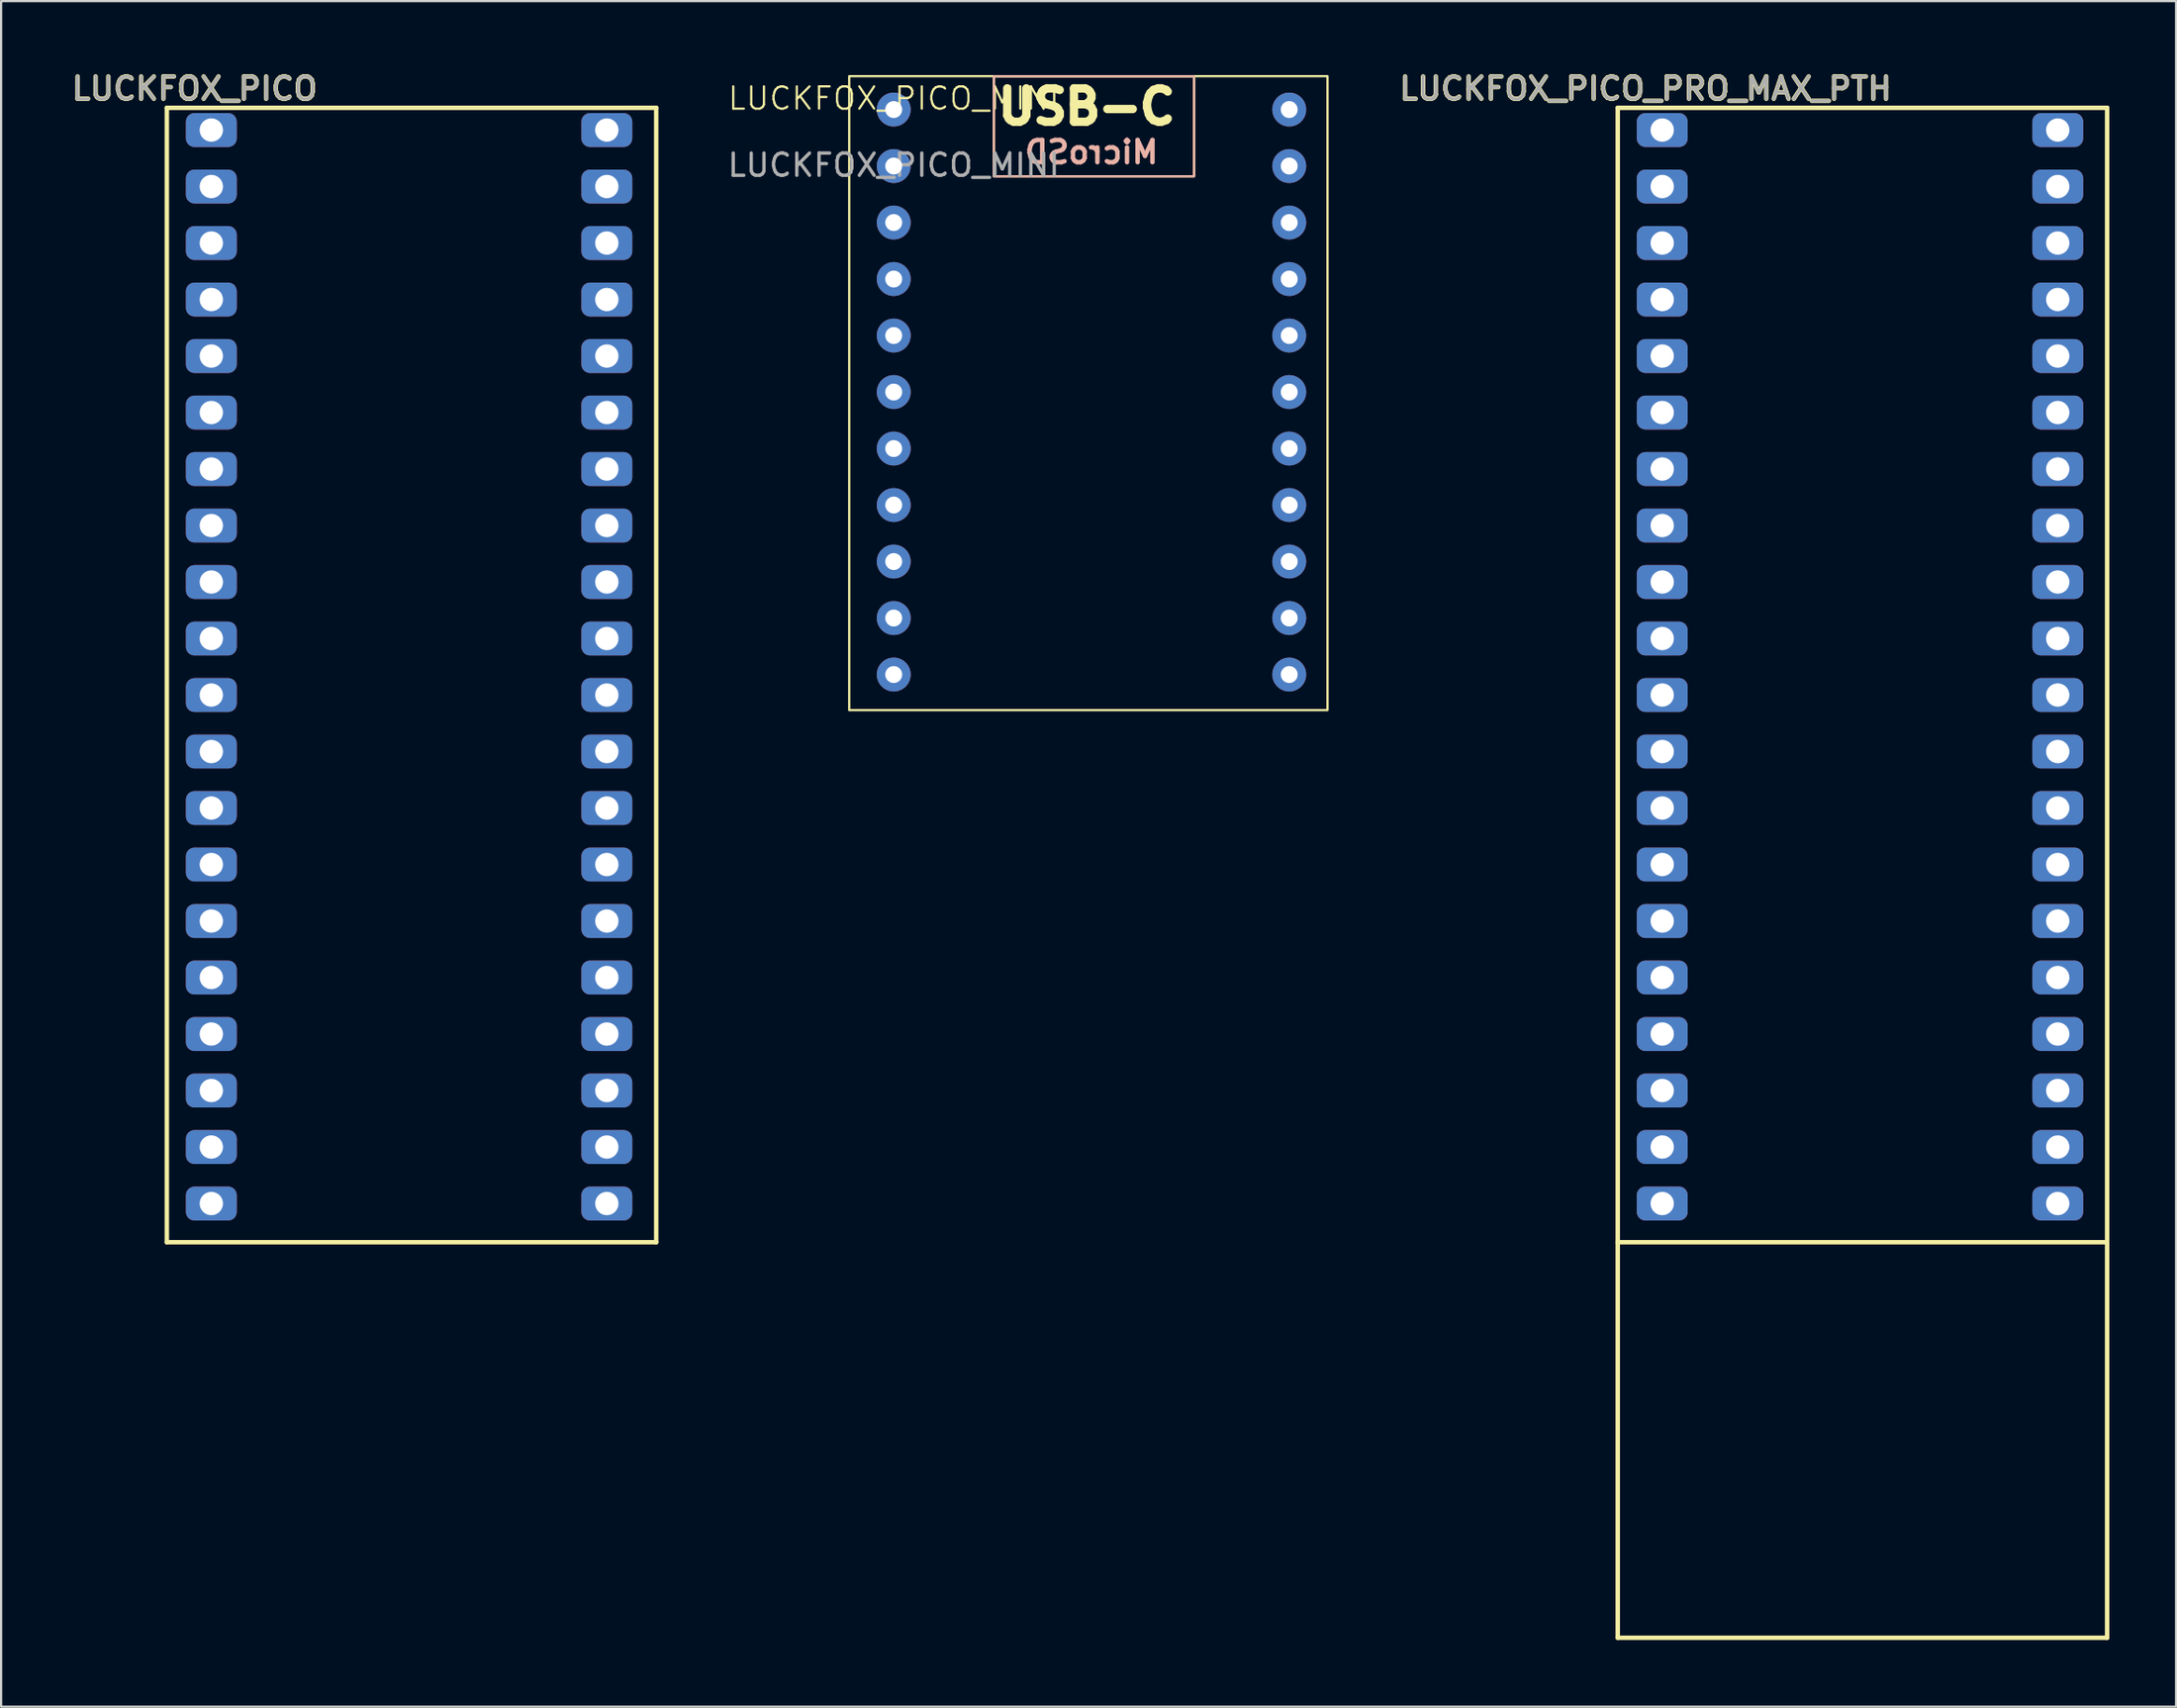
<source format=kicad_pcb>
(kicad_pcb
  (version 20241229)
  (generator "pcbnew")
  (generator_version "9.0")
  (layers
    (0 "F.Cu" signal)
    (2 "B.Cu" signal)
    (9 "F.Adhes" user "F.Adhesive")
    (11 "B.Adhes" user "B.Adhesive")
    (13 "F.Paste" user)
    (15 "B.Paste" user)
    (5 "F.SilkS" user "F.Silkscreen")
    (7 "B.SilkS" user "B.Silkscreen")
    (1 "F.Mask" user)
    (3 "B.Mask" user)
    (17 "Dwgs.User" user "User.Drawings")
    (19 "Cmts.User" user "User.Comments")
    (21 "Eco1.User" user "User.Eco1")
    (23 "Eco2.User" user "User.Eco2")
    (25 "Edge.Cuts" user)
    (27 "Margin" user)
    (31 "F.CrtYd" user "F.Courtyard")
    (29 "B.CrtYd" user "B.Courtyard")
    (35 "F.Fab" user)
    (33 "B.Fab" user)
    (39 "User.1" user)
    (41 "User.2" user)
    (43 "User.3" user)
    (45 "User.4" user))
  (footprint "LUCKFOX_PICO_PRO_MAX_PTH"
    (layer "F.Cu")
    (at 71.675 2.796)
    (property "Reference" "LUCKFOX_PICO_PRO_MAX_PTH" (at -0.75 -1.86 0) (unlocked yes) (layer "F.SilkS") (effects (font (size 1 1) (thickness 0.2) (bold yes))))
    (attr smd)
    (fp_line (start -2 -1) (end 20 -1) (stroke (width 0.2) (type default)) (layer "F.SilkS"))
    (fp_line (start -2 50) (end -2 -1) (stroke (width 0.2) (type default)) (layer "F.SilkS"))
    (fp_line (start -2 50) (end -2 67.78) (stroke (width 0.2) (type default)) (layer "F.SilkS"))
    (fp_line (start 20 -1) (end 20 50) (stroke (width 0.2) (type default)) (layer "F.SilkS"))
    (fp_line (start 20 50) (end -2 50) (stroke (width 0.2) (type default)) (layer "F.SilkS"))
    (fp_line (start 20 50) (end 20 67.78) (stroke (width 0.2) (type default)) (layer "F.SilkS"))
    (fp_line (start 20 67.78) (end -2 67.78) (stroke (width 0.2) (type default)) (layer "F.SilkS"))
    (fp_text user "${REFERENCE}" (at -0.75 -1.86 0) (unlocked yes) (layer "F.Fab") (effects (font (size 1 1) (thickness 0.15))))
    (pad "1" thru_hole roundrect (at 0 0) (size 2.286 1.524) (drill 1.05) (layers "*.Cu" "*.Mask") (roundrect_rratio 0.25))
    (pad "2" thru_hole roundrect (at 0 2.54) (size 2.286 1.524) (drill 1.05) (layers "*.Cu" "*.Mask") (roundrect_rratio 0.25))
    (pad "3" thru_hole roundrect (at 0 5.08) (size 2.286 1.524) (drill 1.05) (layers "*.Cu" "*.Mask") (roundrect_rratio 0.25))
    (pad "4" thru_hole roundrect (at 0 7.62) (size 2.286 1.524) (drill 1.05) (layers "*.Cu" "*.Mask") (roundrect_rratio 0.25))
    (pad "5" thru_hole roundrect (at 0 10.16) (size 2.286 1.524) (drill 1.05) (layers "*.Cu" "*.Mask") (roundrect_rratio 0.25))
    (pad "6" thru_hole roundrect (at 0 12.7) (size 2.286 1.524) (drill 1.05) (layers "*.Cu" "*.Mask") (roundrect_rratio 0.25))
    (pad "7" thru_hole roundrect (at 0 15.24) (size 2.286 1.524) (drill 1.05) (layers "*.Cu" "*.Mask") (roundrect_rratio 0.25))
    (pad "8" thru_hole roundrect (at 0 17.78) (size 2.286 1.524) (drill 1.05) (layers "*.Cu" "*.Mask") (roundrect_rratio 0.25))
    (pad "9" thru_hole roundrect (at 0 20.32) (size 2.286 1.524) (drill 1.05) (layers "*.Cu" "*.Mask") (roundrect_rratio 0.25))
    (pad "10" thru_hole roundrect (at 0 22.86) (size 2.286 1.524) (drill 1.05) (layers "*.Cu" "*.Mask") (roundrect_rratio 0.25))
    (pad "11" thru_hole roundrect (at 0 25.4) (size 2.286 1.524) (drill 1.05) (layers "*.Cu" "*.Mask") (roundrect_rratio 0.25))
    (pad "12" thru_hole roundrect (at 0 27.94) (size 2.286 1.524) (drill 1.05) (layers "*.Cu" "*.Mask") (roundrect_rratio 0.25))
    (pad "13" thru_hole roundrect (at 0 30.48) (size 2.286 1.524) (drill 1.05) (layers "*.Cu" "*.Mask") (roundrect_rratio 0.25))
    (pad "14" thru_hole roundrect (at 0 33.02) (size 2.286 1.524) (drill 1.05) (layers "*.Cu" "*.Mask") (roundrect_rratio 0.25))
    (pad "15" thru_hole roundrect (at 0 35.56) (size 2.286 1.524) (drill 1.05) (layers "*.Cu" "*.Mask") (roundrect_rratio 0.25))
    (pad "16" thru_hole roundrect (at 0 38.1) (size 2.286 1.524) (drill 1.05) (layers "*.Cu" "*.Mask") (roundrect_rratio 0.25))
    (pad "17" thru_hole roundrect (at 0 40.64) (size 2.286 1.524) (drill 1.05) (layers "*.Cu" "*.Mask") (roundrect_rratio 0.25))
    (pad "18" thru_hole roundrect (at 0 43.18) (size 2.286 1.524) (drill 1.05) (layers "*.Cu" "*.Mask") (roundrect_rratio 0.25))
    (pad "19" thru_hole roundrect (at 0 45.72) (size 2.286 1.524) (drill 1.05) (layers "*.Cu" "*.Mask") (roundrect_rratio 0.25))
    (pad "20" thru_hole roundrect (at 0 48.26) (size 2.286 1.524) (drill 1.05) (layers "*.Cu" "*.Mask") (roundrect_rratio 0.25))
    (pad "21" thru_hole roundrect (at 17.78 48.26) (size 2.286 1.524) (drill 1.05) (layers "*.Cu" "*.Mask") (roundrect_rratio 0.25))
    (pad "22" thru_hole roundrect (at 17.78 45.72) (size 2.286 1.524) (drill 1.05) (layers "*.Cu" "*.Mask") (roundrect_rratio 0.25))
    (pad "23" thru_hole roundrect (at 17.78 43.18) (size 2.286 1.524) (drill 1.05) (layers "*.Cu" "*.Mask") (roundrect_rratio 0.25))
    (pad "24" thru_hole roundrect (at 17.78 40.64) (size 2.286 1.524) (drill 1.05) (layers "*.Cu" "*.Mask") (roundrect_rratio 0.25))
    (pad "25" thru_hole roundrect (at 17.78 38.1) (size 2.286 1.524) (drill 1.05) (layers "*.Cu" "*.Mask") (roundrect_rratio 0.25))
    (pad "26" thru_hole roundrect (at 17.78 35.56) (size 2.286 1.524) (drill 1.05) (layers "*.Cu" "*.Mask") (roundrect_rratio 0.25))
    (pad "27" thru_hole roundrect (at 17.78 33.02) (size 2.286 1.524) (drill 1.05) (layers "*.Cu" "*.Mask") (roundrect_rratio 0.25))
    (pad "28" thru_hole roundrect (at 17.78 30.48) (size 2.286 1.524) (drill 1.05) (layers "*.Cu" "*.Mask") (roundrect_rratio 0.25))
    (pad "29" thru_hole roundrect (at 17.78 27.94) (size 2.286 1.524) (drill 1.05) (layers "*.Cu" "*.Mask") (roundrect_rratio 0.25))
    (pad "30" thru_hole roundrect (at 17.78 25.4) (size 2.286 1.524) (drill 1.05) (layers "*.Cu" "*.Mask") (roundrect_rratio 0.25))
    (pad "31" thru_hole roundrect (at 17.78 22.86) (size 2.286 1.524) (drill 1.05) (layers "*.Cu" "*.Mask") (roundrect_rratio 0.25))
    (pad "32" thru_hole roundrect (at 17.78 20.32) (size 2.286 1.524) (drill 1.05) (layers "*.Cu" "*.Mask") (roundrect_rratio 0.25))
    (pad "33" thru_hole roundrect (at 17.78 17.78) (size 2.286 1.524) (drill 1.05) (layers "*.Cu" "*.Mask") (roundrect_rratio 0.25))
    (pad "34" thru_hole roundrect (at 17.78 15.24) (size 2.286 1.524) (drill 1.05) (layers "*.Cu" "*.Mask") (roundrect_rratio 0.25))
    (pad "35" thru_hole roundrect (at 17.78 12.7) (size 2.286 1.524) (drill 1.05) (layers "*.Cu" "*.Mask") (roundrect_rratio 0.25))
    (pad "36" thru_hole roundrect (at 17.78 10.16) (size 2.286 1.524) (drill 1.05) (layers "*.Cu" "*.Mask") (roundrect_rratio 0.25))
    (pad "37" thru_hole roundrect (at 17.78 7.62) (size 2.286 1.524) (drill 1.05) (layers "*.Cu" "*.Mask") (roundrect_rratio 0.25))
    (pad "38" thru_hole roundrect (at 17.78 5.08) (size 2.286 1.524) (drill 1.05) (layers "*.Cu" "*.Mask") (roundrect_rratio 0.25))
    (pad "39" thru_hole roundrect (at 17.78 2.54) (size 2.286 1.524) (drill 1.05) (layers "*.Cu" "*.Mask") (roundrect_rratio 0.25))
    (pad "40" thru_hole roundrect (at 17.78 0) (size 2.286 1.524) (drill 1.05) (layers "*.Cu" "*.Mask") (roundrect_rratio 0.25)))
  (footprint "LUCKFOX_PICO_MINI"
    (layer "F.Cu")
    (at 37.127 1.875)
    (property "Reference" "LUCKFOX_PICO_MINI" (at 0 -0.5 0) (unlocked yes) (layer "F.SilkS") (effects (font (size 1 1) (thickness 0.1))))
    (attr through_hole)
    (fp_rect (start -2 -1.5) (end 19.5 27) (stroke (width 0.1) (type default)) (fill no) (layer "F.SilkS"))
    (fp_rect (start 4.5 -1.5) (end 13.5 3) (stroke (width 0.1) (type default)) (fill no) (layer "F.SilkS"))
    (fp_rect (start 4.5 -1.5) (end 13.5 3) (stroke (width 0.1) (type default)) (fill no) (layer "B.SilkS"))
    (fp_text user "USB-C" (at 4.5 0.75 0) (unlocked yes) (layer "F.SilkS") (effects (font (size 1.5 1.5) (thickness 0.375) (bold yes)) (justify left bottom)))
    (fp_text user "MicroSD" (at 12 2.5 0) (unlocked yes) (layer "B.SilkS") (effects (font (size 1 1) (thickness 0.2) (bold yes)) (justify left bottom mirror)))
    (fp_text user "${REFERENCE}" (at 0 2.5 0) (unlocked yes) (layer "F.Fab") (effects (font (size 1 1) (thickness 0.15))))
    (pad "1" thru_hole circle (at 0 0) (size 1.524 1.524) (drill 0.762) (layers "*.Cu" "*.Mask"))
    (pad "2" thru_hole circle (at 0 2.54) (size 1.524 1.524) (drill 0.762) (layers "*.Cu" "*.Mask"))
    (pad "3" thru_hole circle (at 0 5.08) (size 1.524 1.524) (drill 0.762) (layers "*.Cu" "*.Mask"))
    (pad "4" thru_hole circle (at 0 7.62) (size 1.524 1.524) (drill 0.762) (layers "*.Cu" "*.Mask"))
    (pad "5" thru_hole circle (at 0 10.16) (size 1.524 1.524) (drill 0.762) (layers "*.Cu" "*.Mask"))
    (pad "6" thru_hole circle (at 0 12.7) (size 1.524 1.524) (drill 0.762) (layers "*.Cu" "*.Mask"))
    (pad "7" thru_hole circle (at 0 15.24) (size 1.524 1.524) (drill 0.762) (layers "*.Cu" "*.Mask"))
    (pad "8" thru_hole circle (at 0 17.78) (size 1.524 1.524) (drill 0.762) (layers "*.Cu" "*.Mask"))
    (pad "9" thru_hole circle (at 0 20.32) (size 1.524 1.524) (drill 0.762) (layers "*.Cu" "*.Mask"))
    (pad "10" thru_hole circle (at 0 22.86) (size 1.524 1.524) (drill 0.762) (layers "*.Cu" "*.Mask"))
    (pad "11" thru_hole circle (at 0 25.4) (size 1.524 1.524) (drill 0.762) (layers "*.Cu" "*.Mask"))
    (pad "12" thru_hole circle (at 17.78 25.4) (size 1.524 1.524) (drill 0.762) (layers "*.Cu" "*.Mask"))
    (pad "13" thru_hole circle (at 17.78 22.86) (size 1.524 1.524) (drill 0.762) (layers "*.Cu" "*.Mask"))
    (pad "14" thru_hole circle (at 17.78 20.32) (size 1.524 1.524) (drill 0.762) (layers "*.Cu" "*.Mask"))
    (pad "15" thru_hole circle (at 17.78 17.78) (size 1.524 1.524) (drill 0.762) (layers "*.Cu" "*.Mask"))
    (pad "16" thru_hole circle (at 17.78 15.24) (size 1.524 1.524) (drill 0.762) (layers "*.Cu" "*.Mask"))
    (pad "17" thru_hole circle (at 17.78 12.7) (size 1.524 1.524) (drill 0.762) (layers "*.Cu" "*.Mask"))
    (pad "18" thru_hole circle (at 17.78 10.16) (size 1.524 1.524) (drill 0.762) (layers "*.Cu" "*.Mask"))
    (pad "19" thru_hole circle (at 17.78 7.62) (size 1.524 1.524) (drill 0.762) (layers "*.Cu" "*.Mask"))
    (pad "20" thru_hole circle (at 17.78 5.08) (size 1.524 1.524) (drill 0.762) (layers "*.Cu" "*.Mask"))
    (pad "21" thru_hole circle (at 17.78 2.54) (size 1.524 1.524) (drill 0.762) (layers "*.Cu" "*.Mask"))
    (pad "22" thru_hole circle (at 17.78 0) (size 1.524 1.524) (drill 0.762) (layers "*.Cu" "*.Mask")))
  (footprint "LUCKFOX_PICO"
    (layer "F.Cu")
    (at 6.45 2.796)
    (property "Reference" "LUCKFOX_PICO" (at -0.75 -1.86 0) (unlocked yes) (layer "F.SilkS") (effects (font (size 1 1) (thickness 0.2) (bold yes))))
    (attr smd)
    (fp_line (start -2 -1) (end 20 -1) (stroke (width 0.2) (type default)) (layer "F.SilkS"))
    (fp_line (start -2 50) (end -2 -1) (stroke (width 0.2) (type default)) (layer "F.SilkS"))
    (fp_line (start 20 -1) (end 20 50) (stroke (width 0.2) (type default)) (layer "F.SilkS"))
    (fp_line (start 20 50) (end -2 50) (stroke (width 0.2) (type default)) (layer "F.SilkS"))
    (fp_text user "${REFERENCE}" (at -0.75 -1.86 0) (unlocked yes) (layer "F.Fab") (effects (font (size 1 1) (thickness 0.15))))
    (pad "1" thru_hole roundrect (at 0 0) (size 2.286 1.524) (drill 1.05) (layers "*.Cu" "*.Mask") (roundrect_rratio 0.25))
    (pad "2" thru_hole roundrect (at 0 2.54) (size 2.286 1.524) (drill 1.05) (layers "*.Cu" "*.Mask") (roundrect_rratio 0.25))
    (pad "3" thru_hole roundrect (at 0 5.08) (size 2.286 1.524) (drill 1.05) (layers "*.Cu" "*.Mask") (roundrect_rratio 0.25))
    (pad "4" thru_hole roundrect (at 0 7.62) (size 2.286 1.524) (drill 1.05) (layers "*.Cu" "*.Mask") (roundrect_rratio 0.25))
    (pad "5" thru_hole roundrect (at 0 10.16) (size 2.286 1.524) (drill 1.05) (layers "*.Cu" "*.Mask") (roundrect_rratio 0.25))
    (pad "6" thru_hole roundrect (at 0 12.7) (size 2.286 1.524) (drill 1.05) (layers "*.Cu" "*.Mask") (roundrect_rratio 0.25))
    (pad "7" thru_hole roundrect (at 0 15.24) (size 2.286 1.524) (drill 1.05) (layers "*.Cu" "*.Mask") (roundrect_rratio 0.25))
    (pad "8" thru_hole roundrect (at 0 17.78) (size 2.286 1.524) (drill 1.05) (layers "*.Cu" "*.Mask") (roundrect_rratio 0.25))
    (pad "9" thru_hole roundrect (at 0 20.32) (size 2.286 1.524) (drill 1.05) (layers "*.Cu" "*.Mask") (roundrect_rratio 0.25))
    (pad "10" thru_hole roundrect (at 0 22.86) (size 2.286 1.524) (drill 1.05) (layers "*.Cu" "*.Mask") (roundrect_rratio 0.25))
    (pad "11" thru_hole roundrect (at 0 25.4) (size 2.286 1.524) (drill 1.05) (layers "*.Cu" "*.Mask") (roundrect_rratio 0.25))
    (pad "12" thru_hole roundrect (at 0 27.94) (size 2.286 1.524) (drill 1.05) (layers "*.Cu" "*.Mask") (roundrect_rratio 0.25))
    (pad "13" thru_hole roundrect (at 0 30.48) (size 2.286 1.524) (drill 1.05) (layers "*.Cu" "*.Mask") (roundrect_rratio 0.25))
    (pad "14" thru_hole roundrect (at 0 33.02) (size 2.286 1.524) (drill 1.05) (layers "*.Cu" "*.Mask") (roundrect_rratio 0.25))
    (pad "15" thru_hole roundrect (at 0 35.56) (size 2.286 1.524) (drill 1.05) (layers "*.Cu" "*.Mask") (roundrect_rratio 0.25))
    (pad "16" thru_hole roundrect (at 0 38.1) (size 2.286 1.524) (drill 1.05) (layers "*.Cu" "*.Mask") (roundrect_rratio 0.25))
    (pad "17" thru_hole roundrect (at 0 40.64) (size 2.286 1.524) (drill 1.05) (layers "*.Cu" "*.Mask") (roundrect_rratio 0.25))
    (pad "18" thru_hole roundrect (at 0 43.18) (size 2.286 1.524) (drill 1.05) (layers "*.Cu" "*.Mask") (roundrect_rratio 0.25))
    (pad "19" thru_hole roundrect (at 0 45.72) (size 2.286 1.524) (drill 1.05) (layers "*.Cu" "*.Mask") (roundrect_rratio 0.25))
    (pad "20" thru_hole roundrect (at 0 48.26) (size 2.286 1.524) (drill 1.05) (layers "*.Cu" "*.Mask") (roundrect_rratio 0.25))
    (pad "21" thru_hole roundrect (at 17.78 48.26) (size 2.286 1.524) (drill 1.05) (layers "*.Cu" "*.Mask") (roundrect_rratio 0.25))
    (pad "22" thru_hole roundrect (at 17.78 45.72) (size 2.286 1.524) (drill 1.05) (layers "*.Cu" "*.Mask") (roundrect_rratio 0.25))
    (pad "23" thru_hole roundrect (at 17.78 43.18) (size 2.286 1.524) (drill 1.05) (layers "*.Cu" "*.Mask") (roundrect_rratio 0.25))
    (pad "24" thru_hole roundrect (at 17.78 40.64) (size 2.286 1.524) (drill 1.05) (layers "*.Cu" "*.Mask") (roundrect_rratio 0.25))
    (pad "25" thru_hole roundrect (at 17.78 38.1) (size 2.286 1.524) (drill 1.05) (layers "*.Cu" "*.Mask") (roundrect_rratio 0.25))
    (pad "26" thru_hole roundrect (at 17.78 35.56) (size 2.286 1.524) (drill 1.05) (layers "*.Cu" "*.Mask") (roundrect_rratio 0.25))
    (pad "27" thru_hole roundrect (at 17.78 33.02) (size 2.286 1.524) (drill 1.05) (layers "*.Cu" "*.Mask") (roundrect_rratio 0.25))
    (pad "28" thru_hole roundrect (at 17.78 30.48) (size 2.286 1.524) (drill 1.05) (layers "*.Cu" "*.Mask") (roundrect_rratio 0.25))
    (pad "29" thru_hole roundrect (at 17.78 27.94) (size 2.286 1.524) (drill 1.05) (layers "*.Cu" "*.Mask") (roundrect_rratio 0.25))
    (pad "30" thru_hole roundrect (at 17.78 25.4) (size 2.286 1.524) (drill 1.05) (layers "*.Cu" "*.Mask") (roundrect_rratio 0.25))
    (pad "31" thru_hole roundrect (at 17.78 22.86) (size 2.286 1.524) (drill 1.05) (layers "*.Cu" "*.Mask") (roundrect_rratio 0.25))
    (pad "32" thru_hole roundrect (at 17.78 20.32) (size 2.286 1.524) (drill 1.05) (layers "*.Cu" "*.Mask") (roundrect_rratio 0.25))
    (pad "33" thru_hole roundrect (at 17.78 17.78) (size 2.286 1.524) (drill 1.05) (layers "*.Cu" "*.Mask") (roundrect_rratio 0.25))
    (pad "34" thru_hole roundrect (at 17.78 15.24) (size 2.286 1.524) (drill 1.05) (layers "*.Cu" "*.Mask") (roundrect_rratio 0.25))
    (pad "35" thru_hole roundrect (at 17.78 12.7) (size 2.286 1.524) (drill 1.05) (layers "*.Cu" "*.Mask") (roundrect_rratio 0.25))
    (pad "36" thru_hole roundrect (at 17.78 10.16) (size 2.286 1.524) (drill 1.05) (layers "*.Cu" "*.Mask") (roundrect_rratio 0.25))
    (pad "37" thru_hole roundrect (at 17.78 7.62) (size 2.286 1.524) (drill 1.05) (layers "*.Cu" "*.Mask") (roundrect_rratio 0.25))
    (pad "38" thru_hole roundrect (at 17.78 5.08) (size 2.286 1.524) (drill 1.05) (layers "*.Cu" "*.Mask") (roundrect_rratio 0.25))
    (pad "39" thru_hole roundrect (at 17.78 2.54) (size 2.286 1.524) (drill 1.05) (layers "*.Cu" "*.Mask") (roundrect_rratio 0.25))
    (pad "40" thru_hole roundrect (at 17.78 0) (size 2.286 1.524) (drill 1.05) (layers "*.Cu" "*.Mask") (roundrect_rratio 0.25)))
  (gr_rect
    (start -3 -3)
    (end 94.775 73.676)
    (stroke (width 0.1) (type default))
    (fill no)
    (layer "Edge.Cuts")))
</source>
